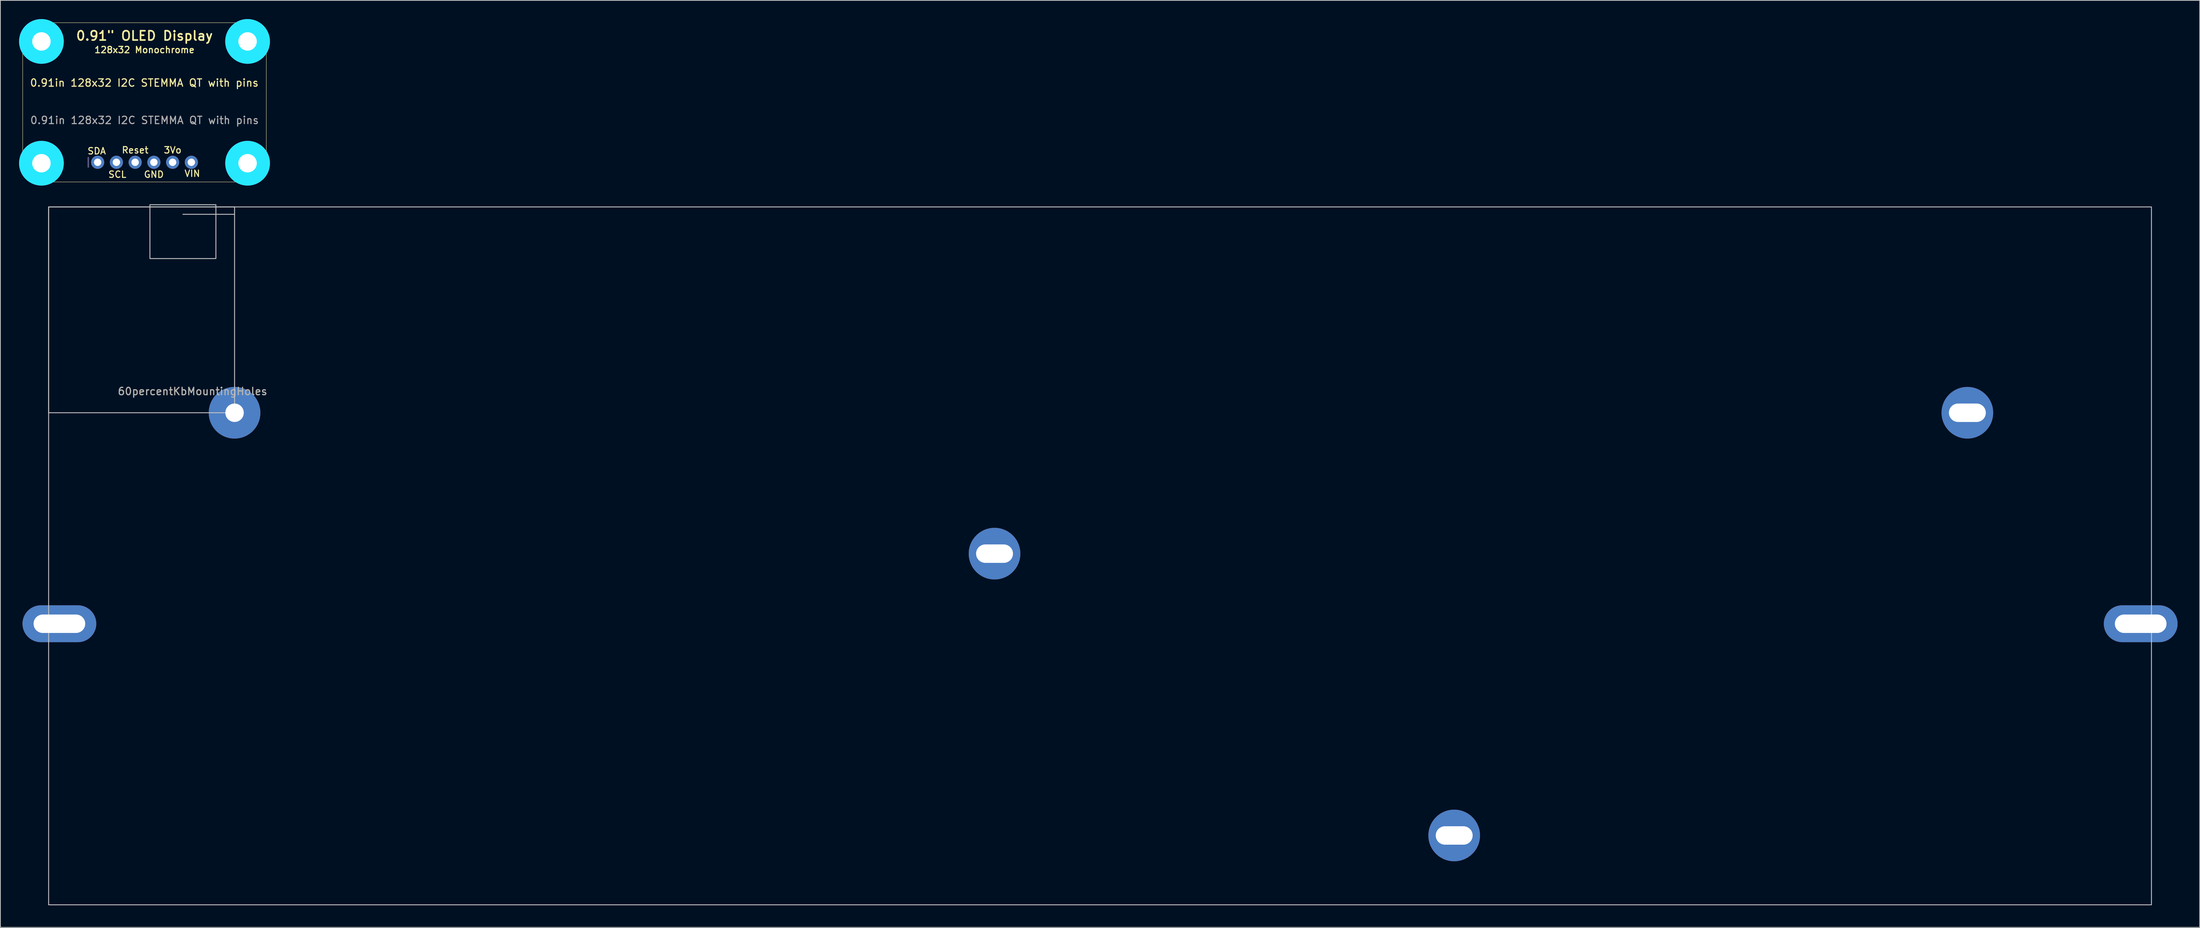
<source format=kicad_pcb>
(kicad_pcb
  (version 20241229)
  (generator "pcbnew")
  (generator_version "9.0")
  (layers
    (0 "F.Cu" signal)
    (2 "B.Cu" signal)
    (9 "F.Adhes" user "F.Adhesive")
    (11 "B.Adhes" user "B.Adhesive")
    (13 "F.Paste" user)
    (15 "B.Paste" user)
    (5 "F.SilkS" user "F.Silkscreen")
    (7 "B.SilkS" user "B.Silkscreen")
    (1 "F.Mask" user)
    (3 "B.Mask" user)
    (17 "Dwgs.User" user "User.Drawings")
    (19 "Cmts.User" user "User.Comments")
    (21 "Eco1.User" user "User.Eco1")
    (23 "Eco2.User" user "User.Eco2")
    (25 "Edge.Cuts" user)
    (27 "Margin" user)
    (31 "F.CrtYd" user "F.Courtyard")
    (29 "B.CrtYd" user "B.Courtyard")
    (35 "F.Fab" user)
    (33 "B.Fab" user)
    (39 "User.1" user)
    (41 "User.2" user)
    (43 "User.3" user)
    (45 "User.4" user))
  (footprint "0.91in 128x32 I2C STEMMA QT with pins"
    (layer "F.Cu")
    (at 16.535 10.82)
    (property "Reference" "0.91in 128x32 I2C STEMMA QT with pins" (at -0.023 -2.639 0) (unlocked yes) (layer "F.SilkS") (effects (font (size 1 1) (thickness 0.15))))
    (attr through_hole)
    (fp_line (start -16.51 -8.255) (end -16.51 8.255) (stroke (width 0.05) (type solid)) (layer "F.SilkS"))
    (fp_line (start -13.97 10.795) (end 13.97 10.795) (stroke (width 0.05) (type solid)) (layer "F.SilkS"))
    (fp_line (start 13.97 -10.795) (end -13.97 -10.795) (stroke (width 0.05) (type solid)) (layer "F.SilkS"))
    (fp_line (start 16.51 8.255) (end 16.51 -8.255) (stroke (width 0.05) (type solid)) (layer "F.SilkS"))
    (fp_arc (start -16.51 -8.255) (mid -15.766051 -10.051051) (end -13.97 -10.795) (stroke (width 0.05) (type solid)) (layer "F.SilkS"))
    (fp_arc (start -13.97 10.795) (mid -15.766051 10.051051) (end -16.51 8.255) (stroke (width 0.05) (type solid)) (layer "F.SilkS"))
    (fp_arc (start 13.97 -10.795) (mid 15.766051 -10.051051) (end 16.51 -8.255) (stroke (width 0.05) (type solid)) (layer "F.SilkS"))
    (fp_arc (start 16.51 8.255) (mid 15.766051 10.051051) (end 13.97 10.795) (stroke (width 0.05) (type solid)) (layer "F.SilkS"))
    (fp_circle (center -13.97 -8.255) (end -15.97 -8.255) (stroke (width 0.203) (type solid)) (fill no) (layer "F.SilkS"))
    (fp_circle (center -13.97 8.255) (end -15.97 8.255) (stroke (width 0.203) (type solid)) (fill no) (layer "F.SilkS"))
    (fp_circle (center 13.97 -8.255) (end 11.97 -8.255) (stroke (width 0.203) (type solid)) (fill no) (layer "F.SilkS"))
    (fp_circle (center 13.97 8.255) (end 11.97 8.255) (stroke (width 0.203) (type solid)) (fill no) (layer "F.SilkS"))
    (fp_circle (center -13.97 -8.255) (end -14.97 -8.255) (stroke (width 2.032) (type solid)) (fill no) (layer "B.CrtYd"))
    (fp_circle (center -13.97 8.255) (end -14.97 8.255) (stroke (width 2.032) (type solid)) (fill no) (layer "B.CrtYd"))
    (fp_circle (center 13.97 -8.255) (end 12.97 -8.255) (stroke (width 2.032) (type solid)) (fill no) (layer "B.CrtYd"))
    (fp_circle (center 13.97 8.255) (end 12.97 8.255) (stroke (width 2.032) (type solid)) (fill no) (layer "B.CrtYd"))
    (fp_circle (center -13.97 -8.255) (end -14.97 -8.255) (stroke (width 2.032) (type solid)) (fill no) (layer "F.CrtYd"))
    (fp_circle (center -13.97 8.255) (end -14.97 8.255) (stroke (width 2.032) (type solid)) (fill no) (layer "F.CrtYd"))
    (fp_circle (center 13.97 -8.255) (end 12.97 -8.255) (stroke (width 2.032) (type solid)) (fill no) (layer "F.CrtYd"))
    (fp_circle (center 13.97 8.255) (end 12.97 8.255) (stroke (width 2.032) (type solid)) (fill no) (layer "F.CrtYd"))
    (fp_line (start -7.62 8.763) (end -7.62 7.493) (stroke (width 0.203) (type solid)) (layer "B.Fab"))
    (fp_text user "GND" (at 1.27 9.779 0) (layer "F.SilkS") (effects (font (size 0.874 0.874) (thickness 0.142))))
    (fp_text user "SCL" (at -3.683 9.779 0) (layer "F.SilkS") (effects (font (size 0.874 0.874) (thickness 0.142))))
    (fp_text user "0.91\" OLED Display" (at 0 -9.017 0) (layer "F.SilkS") (effects (font (size 1.252 1.252) (thickness 0.221))))
    (fp_text user "3Vo" (at 3.81 6.477 0) (layer "F.SilkS") (effects (font (size 0.874 0.874) (thickness 0.142))))
    (fp_text user "128x32 Monochrome" (at 0 -7.112 0) (layer "F.SilkS") (effects (font (size 0.864 0.864) (thickness 0.152))))
    (fp_text user "SDA" (at -6.477 6.604 0) (layer "F.SilkS") (effects (font (size 0.874 0.874) (thickness 0.142))))
    (fp_text user "Reset" (at -1.27 6.477 0) (layer "F.SilkS") (effects (font (size 0.874 0.874) (thickness 0.142))))
    (fp_text user "VIN" (at 6.477 9.652 0) (layer "F.SilkS") (effects (font (size 0.874 0.874) (thickness 0.142))))
    (fp_text user "${REFERENCE}" (at 0.006 2.432 0) (unlocked yes) (layer "F.Fab") (effects (font (size 1 1) (thickness 0.15))))
    (pad "1" thru_hole circle (at -6.35 8.128 270) (size 1.778 1.778) (drill 1) (layers "*.Cu" "*.Mask"))
    (pad "2" thru_hole circle (at -3.81 8.128 270) (size 1.778 1.778) (drill 1) (layers "*.Cu" "*.Mask"))
    (pad "3" thru_hole circle (at -1.27 8.128 270) (size 1.778 1.778) (drill 1) (layers "*.Cu" "*.Mask"))
    (pad "4" thru_hole circle (at 1.27 8.128 270) (size 1.778 1.778) (drill 1) (layers "*.Cu" "*.Mask"))
    (pad "5" thru_hole circle (at 3.81 8.128 270) (size 1.778 1.778) (drill 1) (layers "*.Cu" "*.Mask"))
    (pad "6" thru_hole circle (at 6.35 8.128 270) (size 1.778 1.778) (drill 1) (layers "*.Cu" "*.Mask"))
    (pad "P$1" thru_hole circle (at -13.97 -8.255 180) (size 3.2 3.2) (drill 2.5) (layers "*.Cu" "*.Mask"))
    (pad "P$1" thru_hole circle (at -13.97 8.255 180) (size 3.2 3.2) (drill 2.5) (layers "*.Cu" "*.Mask"))
    (pad "P$1" thru_hole circle (at 13.97 -8.255 180) (size 3.2 3.2) (drill 2.5) (layers "*.Cu" "*.Mask"))
    (pad "P$1" thru_hole circle (at 13.97 8.255 180) (size 3.2 3.2) (drill 2.5) (layers "*.Cu" "*.Mask"))
    (zone (net_name "") (layer "F.Cu") (hatch edge 0.508) (connect_pads) (min_thickness 0.254) (filled_areas_thickness no) (keepout (tracks not_allowed) (vias not_allowed) (pads not_allowed) (copperpour not_allowed) (footprints allowed)) (placement (enabled no)) (fill) (polygon (pts (xy 0.549 2.565) (xy 0.58 2.915) (xy 0.671 3.255) (xy 0.819 3.573) (xy 1.021 3.861) (xy 1.269 4.109) (xy 1.557 4.311) (xy 1.875 4.459) (xy 2.215 4.55) (xy 2.565 4.581) (xy 2.915 4.55) (xy 3.255 4.459) (xy 3.573 4.311) (xy 3.861 4.109) (xy 4.109 3.861) (xy 4.311 3.573) (xy 4.459 3.255) (xy 4.55 2.915) (xy 4.581 2.565) (xy 4.55 2.215) (xy 4.459 1.875) (xy 4.311 1.557) (xy 4.109 1.269) (xy 3.861 1.021) (xy 3.573 0.819) (xy 3.255 0.671) (xy 2.915 0.58) (xy 2.565 0.549) (xy 2.215 0.58) (xy 1.875 0.671) (xy 1.557 0.819) (xy 1.269 1.021) (xy 1.021 1.269) (xy 0.819 1.557) (xy 0.671 1.875) (xy 0.58 2.215))) (polygon (pts (xy 2.581 2.565) (xy 2.581 2.562) (xy 2.58 2.56) (xy 2.579 2.557) (xy 2.577 2.555) (xy 2.575 2.553) (xy 2.573 2.551) (xy 2.57 2.55) (xy 2.568 2.549) (xy 2.565 2.549) (xy 2.562 2.549) (xy 2.56 2.55) (xy 2.557 2.551) (xy 2.555 2.553) (xy 2.553 2.555) (xy 2.551 2.557) (xy 2.55 2.56) (xy 2.549 2.562) (xy 2.549 2.565) (xy 2.549 2.568) (xy 2.55 2.57) (xy 2.551 2.573) (xy 2.553 2.575) (xy 2.555 2.577) (xy 2.557 2.579) (xy 2.56 2.58) (xy 2.562 2.581) (xy 2.565 2.581) (xy 2.568 2.581) (xy 2.57 2.58) (xy 2.573 2.579) (xy 2.575 2.577) (xy 2.577 2.575) (xy 2.579 2.573) (xy 2.58 2.57) (xy 2.581 2.568))))
    (zone (net_name "") (layer "F.Cu") (hatch edge 0.508) (connect_pads) (min_thickness 0.254) (filled_areas_thickness no) (keepout (tracks not_allowed) (vias not_allowed) (pads not_allowed) (copperpour not_allowed) (footprints allowed)) (placement (enabled no)) (fill) (polygon (pts (xy 0.549 19.075) (xy 0.58 19.425) (xy 0.671 19.765) (xy 0.819 20.083) (xy 1.021 20.371) (xy 1.269 20.619) (xy 1.557 20.821) (xy 1.875 20.969) (xy 2.215 21.06) (xy 2.565 21.091) (xy 2.915 21.06) (xy 3.255 20.969) (xy 3.573 20.821) (xy 3.861 20.619) (xy 4.109 20.371) (xy 4.311 20.083) (xy 4.459 19.765) (xy 4.55 19.425) (xy 4.581 19.075) (xy 4.55 18.725) (xy 4.459 18.385) (xy 4.311 18.067) (xy 4.109 17.779) (xy 3.861 17.531) (xy 3.573 17.329) (xy 3.255 17.181) (xy 2.915 17.09) (xy 2.565 17.059) (xy 2.215 17.09) (xy 1.875 17.181) (xy 1.557 17.329) (xy 1.269 17.531) (xy 1.021 17.779) (xy 0.819 18.067) (xy 0.671 18.385) (xy 0.58 18.725))) (polygon (pts (xy 2.581 19.075) (xy 2.581 19.072) (xy 2.58 19.07) (xy 2.579 19.067) (xy 2.577 19.065) (xy 2.575 19.063) (xy 2.573 19.061) (xy 2.57 19.06) (xy 2.568 19.059) (xy 2.565 19.059) (xy 2.562 19.059) (xy 2.56 19.06) (xy 2.557 19.061) (xy 2.555 19.063) (xy 2.553 19.065) (xy 2.551 19.067) (xy 2.55 19.07) (xy 2.549 19.072) (xy 2.549 19.075) (xy 2.549 19.078) (xy 2.55 19.08) (xy 2.551 19.083) (xy 2.553 19.085) (xy 2.555 19.087) (xy 2.557 19.089) (xy 2.56 19.09) (xy 2.562 19.091) (xy 2.565 19.091) (xy 2.568 19.091) (xy 2.57 19.09) (xy 2.573 19.089) (xy 2.575 19.087) (xy 2.577 19.085) (xy 2.579 19.083) (xy 2.58 19.08) (xy 2.581 19.078))))
    (zone (net_name "") (layer "F.Cu") (hatch edge 0.508) (connect_pads) (min_thickness 0.254) (filled_areas_thickness no) (keepout (tracks not_allowed) (vias not_allowed) (pads not_allowed) (copperpour not_allowed) (footprints allowed)) (placement (enabled no)) (fill) (polygon (pts (xy 28.489 2.565) (xy 28.52 2.915) (xy 28.611 3.255) (xy 28.759 3.573) (xy 28.961 3.861) (xy 29.209 4.109) (xy 29.497 4.311) (xy 29.815 4.459) (xy 30.155 4.55) (xy 30.505 4.581) (xy 30.855 4.55) (xy 31.195 4.459) (xy 31.513 4.311) (xy 31.801 4.109) (xy 32.049 3.861) (xy 32.251 3.573) (xy 32.399 3.255) (xy 32.49 2.915) (xy 32.521 2.565) (xy 32.49 2.215) (xy 32.399 1.875) (xy 32.251 1.557) (xy 32.049 1.269) (xy 31.801 1.021) (xy 31.513 0.819) (xy 31.195 0.671) (xy 30.855 0.58) (xy 30.505 0.549) (xy 30.155 0.58) (xy 29.815 0.671) (xy 29.497 0.819) (xy 29.209 1.021) (xy 28.961 1.269) (xy 28.759 1.557) (xy 28.611 1.875) (xy 28.52 2.215))) (polygon (pts (xy 30.521 2.565) (xy 30.521 2.562) (xy 30.52 2.56) (xy 30.519 2.557) (xy 30.517 2.555) (xy 30.515 2.553) (xy 30.513 2.551) (xy 30.51 2.55) (xy 30.508 2.549) (xy 30.505 2.549) (xy 30.502 2.549) (xy 30.5 2.55) (xy 30.497 2.551) (xy 30.495 2.553) (xy 30.493 2.555) (xy 30.491 2.557) (xy 30.49 2.56) (xy 30.489 2.562) (xy 30.489 2.565) (xy 30.489 2.568) (xy 30.49 2.57) (xy 30.491 2.573) (xy 30.493 2.575) (xy 30.495 2.577) (xy 30.497 2.579) (xy 30.5 2.58) (xy 30.502 2.581) (xy 30.505 2.581) (xy 30.508 2.581) (xy 30.51 2.58) (xy 30.513 2.579) (xy 30.515 2.577) (xy 30.517 2.575) (xy 30.519 2.573) (xy 30.52 2.57) (xy 30.521 2.568))))
    (zone (net_name "") (layer "F.Cu") (hatch edge 0.508) (connect_pads) (min_thickness 0.254) (filled_areas_thickness no) (keepout (tracks not_allowed) (vias not_allowed) (pads not_allowed) (copperpour not_allowed) (footprints allowed)) (placement (enabled no)) (fill) (polygon (pts (xy 28.489 19.075) (xy 28.52 19.425) (xy 28.611 19.765) (xy 28.759 20.083) (xy 28.961 20.371) (xy 29.209 20.619) (xy 29.497 20.821) (xy 29.815 20.969) (xy 30.155 21.06) (xy 30.505 21.091) (xy 30.855 21.06) (xy 31.195 20.969) (xy 31.513 20.821) (xy 31.801 20.619) (xy 32.049 20.371) (xy 32.251 20.083) (xy 32.399 19.765) (xy 32.49 19.425) (xy 32.521 19.075) (xy 32.49 18.725) (xy 32.399 18.385) (xy 32.251 18.067) (xy 32.049 17.779) (xy 31.801 17.531) (xy 31.513 17.329) (xy 31.195 17.181) (xy 30.855 17.09) (xy 30.505 17.059) (xy 30.155 17.09) (xy 29.815 17.181) (xy 29.497 17.329) (xy 29.209 17.531) (xy 28.961 17.779) (xy 28.759 18.067) (xy 28.611 18.385) (xy 28.52 18.725))) (polygon (pts (xy 30.521 19.075) (xy 30.521 19.072) (xy 30.52 19.07) (xy 30.519 19.067) (xy 30.517 19.065) (xy 30.515 19.063) (xy 30.513 19.061) (xy 30.51 19.06) (xy 30.508 19.059) (xy 30.505 19.059) (xy 30.502 19.059) (xy 30.5 19.06) (xy 30.497 19.061) (xy 30.495 19.063) (xy 30.493 19.065) (xy 30.491 19.067) (xy 30.49 19.07) (xy 30.489 19.072) (xy 30.489 19.075) (xy 30.489 19.078) (xy 30.49 19.08) (xy 30.491 19.083) (xy 30.493 19.085) (xy 30.495 19.087) (xy 30.497 19.089) (xy 30.5 19.09) (xy 30.502 19.091) (xy 30.505 19.091) (xy 30.508 19.091) (xy 30.51 19.09) (xy 30.513 19.089) (xy 30.515 19.087) (xy 30.517 19.085) (xy 30.519 19.083) (xy 30.52 19.08) (xy 30.521 19.078))))
    (zone (net_name "") (layer "B.Cu") (hatch edge 0.508) (connect_pads) (min_thickness 0.254) (filled_areas_thickness no) (keepout (tracks not_allowed) (vias not_allowed) (pads not_allowed) (copperpour not_allowed) (footprints allowed)) (placement (enabled no)) (fill) (polygon (pts (xy 0.549 2.565) (xy 0.58 2.915) (xy 0.671 3.255) (xy 0.819 3.573) (xy 1.021 3.861) (xy 1.269 4.109) (xy 1.557 4.311) (xy 1.875 4.459) (xy 2.215 4.55) (xy 2.565 4.581) (xy 2.915 4.55) (xy 3.255 4.459) (xy 3.573 4.311) (xy 3.861 4.109) (xy 4.109 3.861) (xy 4.311 3.573) (xy 4.459 3.255) (xy 4.55 2.915) (xy 4.581 2.565) (xy 4.55 2.215) (xy 4.459 1.875) (xy 4.311 1.557) (xy 4.109 1.269) (xy 3.861 1.021) (xy 3.573 0.819) (xy 3.255 0.671) (xy 2.915 0.58) (xy 2.565 0.549) (xy 2.215 0.58) (xy 1.875 0.671) (xy 1.557 0.819) (xy 1.269 1.021) (xy 1.021 1.269) (xy 0.819 1.557) (xy 0.671 1.875) (xy 0.58 2.215))) (polygon (pts (xy 2.581 2.565) (xy 2.581 2.562) (xy 2.58 2.56) (xy 2.579 2.557) (xy 2.577 2.555) (xy 2.575 2.553) (xy 2.573 2.551) (xy 2.57 2.55) (xy 2.568 2.549) (xy 2.565 2.549) (xy 2.562 2.549) (xy 2.56 2.55) (xy 2.557 2.551) (xy 2.555 2.553) (xy 2.553 2.555) (xy 2.551 2.557) (xy 2.55 2.56) (xy 2.549 2.562) (xy 2.549 2.565) (xy 2.549 2.568) (xy 2.55 2.57) (xy 2.551 2.573) (xy 2.553 2.575) (xy 2.555 2.577) (xy 2.557 2.579) (xy 2.56 2.58) (xy 2.562 2.581) (xy 2.565 2.581) (xy 2.568 2.581) (xy 2.57 2.58) (xy 2.573 2.579) (xy 2.575 2.577) (xy 2.577 2.575) (xy 2.579 2.573) (xy 2.58 2.57) (xy 2.581 2.568))))
    (zone (net_name "") (layer "B.Cu") (hatch edge 0.508) (connect_pads) (min_thickness 0.254) (filled_areas_thickness no) (keepout (tracks not_allowed) (vias not_allowed) (pads not_allowed) (copperpour not_allowed) (footprints allowed)) (placement (enabled no)) (fill) (polygon (pts (xy 0.549 19.075) (xy 0.58 19.425) (xy 0.671 19.765) (xy 0.819 20.083) (xy 1.021 20.371) (xy 1.269 20.619) (xy 1.557 20.821) (xy 1.875 20.969) (xy 2.215 21.06) (xy 2.565 21.091) (xy 2.915 21.06) (xy 3.255 20.969) (xy 3.573 20.821) (xy 3.861 20.619) (xy 4.109 20.371) (xy 4.311 20.083) (xy 4.459 19.765) (xy 4.55 19.425) (xy 4.581 19.075) (xy 4.55 18.725) (xy 4.459 18.385) (xy 4.311 18.067) (xy 4.109 17.779) (xy 3.861 17.531) (xy 3.573 17.329) (xy 3.255 17.181) (xy 2.915 17.09) (xy 2.565 17.059) (xy 2.215 17.09) (xy 1.875 17.181) (xy 1.557 17.329) (xy 1.269 17.531) (xy 1.021 17.779) (xy 0.819 18.067) (xy 0.671 18.385) (xy 0.58 18.725))) (polygon (pts (xy 2.581 19.075) (xy 2.581 19.072) (xy 2.58 19.07) (xy 2.579 19.067) (xy 2.577 19.065) (xy 2.575 19.063) (xy 2.573 19.061) (xy 2.57 19.06) (xy 2.568 19.059) (xy 2.565 19.059) (xy 2.562 19.059) (xy 2.56 19.06) (xy 2.557 19.061) (xy 2.555 19.063) (xy 2.553 19.065) (xy 2.551 19.067) (xy 2.55 19.07) (xy 2.549 19.072) (xy 2.549 19.075) (xy 2.549 19.078) (xy 2.55 19.08) (xy 2.551 19.083) (xy 2.553 19.085) (xy 2.555 19.087) (xy 2.557 19.089) (xy 2.56 19.09) (xy 2.562 19.091) (xy 2.565 19.091) (xy 2.568 19.091) (xy 2.57 19.09) (xy 2.573 19.089) (xy 2.575 19.087) (xy 2.577 19.085) (xy 2.579 19.083) (xy 2.58 19.08) (xy 2.581 19.078))))
    (zone (net_name "") (layer "B.Cu") (hatch edge 0.508) (connect_pads) (min_thickness 0.254) (filled_areas_thickness no) (keepout (tracks not_allowed) (vias not_allowed) (pads not_allowed) (copperpour not_allowed) (footprints allowed)) (placement (enabled no)) (fill) (polygon (pts (xy 28.489 2.565) (xy 28.52 2.915) (xy 28.611 3.255) (xy 28.759 3.573) (xy 28.961 3.861) (xy 29.209 4.109) (xy 29.497 4.311) (xy 29.815 4.459) (xy 30.155 4.55) (xy 30.505 4.581) (xy 30.855 4.55) (xy 31.195 4.459) (xy 31.513 4.311) (xy 31.801 4.109) (xy 32.049 3.861) (xy 32.251 3.573) (xy 32.399 3.255) (xy 32.49 2.915) (xy 32.521 2.565) (xy 32.49 2.215) (xy 32.399 1.875) (xy 32.251 1.557) (xy 32.049 1.269) (xy 31.801 1.021) (xy 31.513 0.819) (xy 31.195 0.671) (xy 30.855 0.58) (xy 30.505 0.549) (xy 30.155 0.58) (xy 29.815 0.671) (xy 29.497 0.819) (xy 29.209 1.021) (xy 28.961 1.269) (xy 28.759 1.557) (xy 28.611 1.875) (xy 28.52 2.215))) (polygon (pts (xy 30.521 2.565) (xy 30.521 2.562) (xy 30.52 2.56) (xy 30.519 2.557) (xy 30.517 2.555) (xy 30.515 2.553) (xy 30.513 2.551) (xy 30.51 2.55) (xy 30.508 2.549) (xy 30.505 2.549) (xy 30.502 2.549) (xy 30.5 2.55) (xy 30.497 2.551) (xy 30.495 2.553) (xy 30.493 2.555) (xy 30.491 2.557) (xy 30.49 2.56) (xy 30.489 2.562) (xy 30.489 2.565) (xy 30.489 2.568) (xy 30.49 2.57) (xy 30.491 2.573) (xy 30.493 2.575) (xy 30.495 2.577) (xy 30.497 2.579) (xy 30.5 2.58) (xy 30.502 2.581) (xy 30.505 2.581) (xy 30.508 2.581) (xy 30.51 2.58) (xy 30.513 2.579) (xy 30.515 2.577) (xy 30.517 2.575) (xy 30.519 2.573) (xy 30.52 2.57) (xy 30.521 2.568))))
    (zone (net_name "") (layer "B.Cu") (hatch edge 0.508) (connect_pads) (min_thickness 0.254) (filled_areas_thickness no) (keepout (tracks not_allowed) (vias not_allowed) (pads not_allowed) (copperpour not_allowed) (footprints allowed)) (placement (enabled no)) (fill) (polygon (pts (xy 28.489 19.075) (xy 28.52 19.425) (xy 28.611 19.765) (xy 28.759 20.083) (xy 28.961 20.371) (xy 29.209 20.619) (xy 29.497 20.821) (xy 29.815 20.969) (xy 30.155 21.06) (xy 30.505 21.091) (xy 30.855 21.06) (xy 31.195 20.969) (xy 31.513 20.821) (xy 31.801 20.619) (xy 32.049 20.371) (xy 32.251 20.083) (xy 32.399 19.765) (xy 32.49 19.425) (xy 32.521 19.075) (xy 32.49 18.725) (xy 32.399 18.385) (xy 32.251 18.067) (xy 32.049 17.779) (xy 31.801 17.531) (xy 31.513 17.329) (xy 31.195 17.181) (xy 30.855 17.09) (xy 30.505 17.059) (xy 30.155 17.09) (xy 29.815 17.181) (xy 29.497 17.329) (xy 29.209 17.531) (xy 28.961 17.779) (xy 28.759 18.067) (xy 28.611 18.385) (xy 28.52 18.725))) (polygon (pts (xy 30.521 19.075) (xy 30.521 19.072) (xy 30.52 19.07) (xy 30.519 19.067) (xy 30.517 19.065) (xy 30.515 19.063) (xy 30.513 19.061) (xy 30.51 19.06) (xy 30.508 19.059) (xy 30.505 19.059) (xy 30.502 19.059) (xy 30.5 19.06) (xy 30.497 19.061) (xy 30.495 19.063) (xy 30.493 19.065) (xy 30.491 19.067) (xy 30.49 19.07) (xy 30.489 19.072) (xy 30.489 19.075) (xy 30.489 19.078) (xy 30.49 19.08) (xy 30.491 19.083) (xy 30.493 19.085) (xy 30.495 19.087) (xy 30.497 19.089) (xy 30.5 19.09) (xy 30.502 19.091) (xy 30.505 19.091) (xy 30.508 19.091) (xy 30.51 19.09) (xy 30.513 19.089) (xy 30.515 19.087) (xy 30.517 19.085) (xy 30.519 19.083) (xy 30.52 19.08) (xy 30.521 19.078)))))
  (footprint "60percentKbMountingHoles"
    (layer "F.Cu")
    (at 3.54 25)
    (property "Reference" "60percentKbMountingHoles" (at 19.5 25 0) (unlocked yes) (layer "F.SilkS") (effects (font (size 1 1) (thickness 0.15))))
    (attr through_hole)
    (fp_line (start 0 0) (end 0 27.9) (stroke (width 0.12) (type solid)) (layer "Dwgs.User"))
    (fp_line (start 0 0) (end 25.2 0) (stroke (width 0.12) (type solid)) (layer "Dwgs.User"))
    (fp_line (start 0 27.9) (end 25.2 27.9) (stroke (width 0.12) (type solid)) (layer "Dwgs.User"))
    (fp_line (start 18.2 1) (end 25.2 1) (stroke (width 0.12) (type solid)) (layer "Dwgs.User"))
    (fp_line (start 25.2 0) (end 25.2 27.9) (stroke (width 0.12) (type solid)) (layer "Dwgs.User"))
    (fp_rect (start 0 0) (end 285 94.6) (stroke (width 0.12) (type solid)) (fill no) (layer "Dwgs.User"))
    (fp_rect (start 13.73 -0.3) (end 22.67 7) (stroke (width 0.12) (type solid)) (fill no) (layer "Dwgs.User"))
    (fp_text user "${REFERENCE}" (at 19.5 25 0) (unlocked yes) (layer "F.Fab") (effects (font (size 1 1) (thickness 0.15))))
    (pad "1" thru_hole oval (at 1.46 56.5) (size 10 5.001) (drill oval 7 2.499) (layers "*.Cu" "*.Mask"))
    (pad "1" thru_hole circle (at 25.2 27.9) (size 7.001 7.001) (drill 2.499) (layers "*.Cu" "*.Mask"))
    (pad "1" thru_hole circle (at 128.201 46.999) (size 7 7) (drill oval 5.001 2.499) (layers "*.Cu" "*.Mask"))
    (pad "1" thru_hole circle (at 190.5 85.2) (size 7 7) (drill oval 5.001 2.499) (layers "*.Cu" "*.Mask"))
    (pad "1" thru_hole circle (at 260.051 27.9) (size 7 7) (drill oval 5.001 2.499) (layers "*.Cu" "*.Mask"))
    (pad "1" thru_hole oval (at 283.542 56.5) (size 10 5.001) (drill oval 7 2.499) (layers "*.Cu" "*.Mask")))
  (gr_rect
    (start -3 -3)
    (end 295.082 122.66)
    (stroke (width 0.1) (type default))
    (fill no)
    (layer "Edge.Cuts")))
</source>
